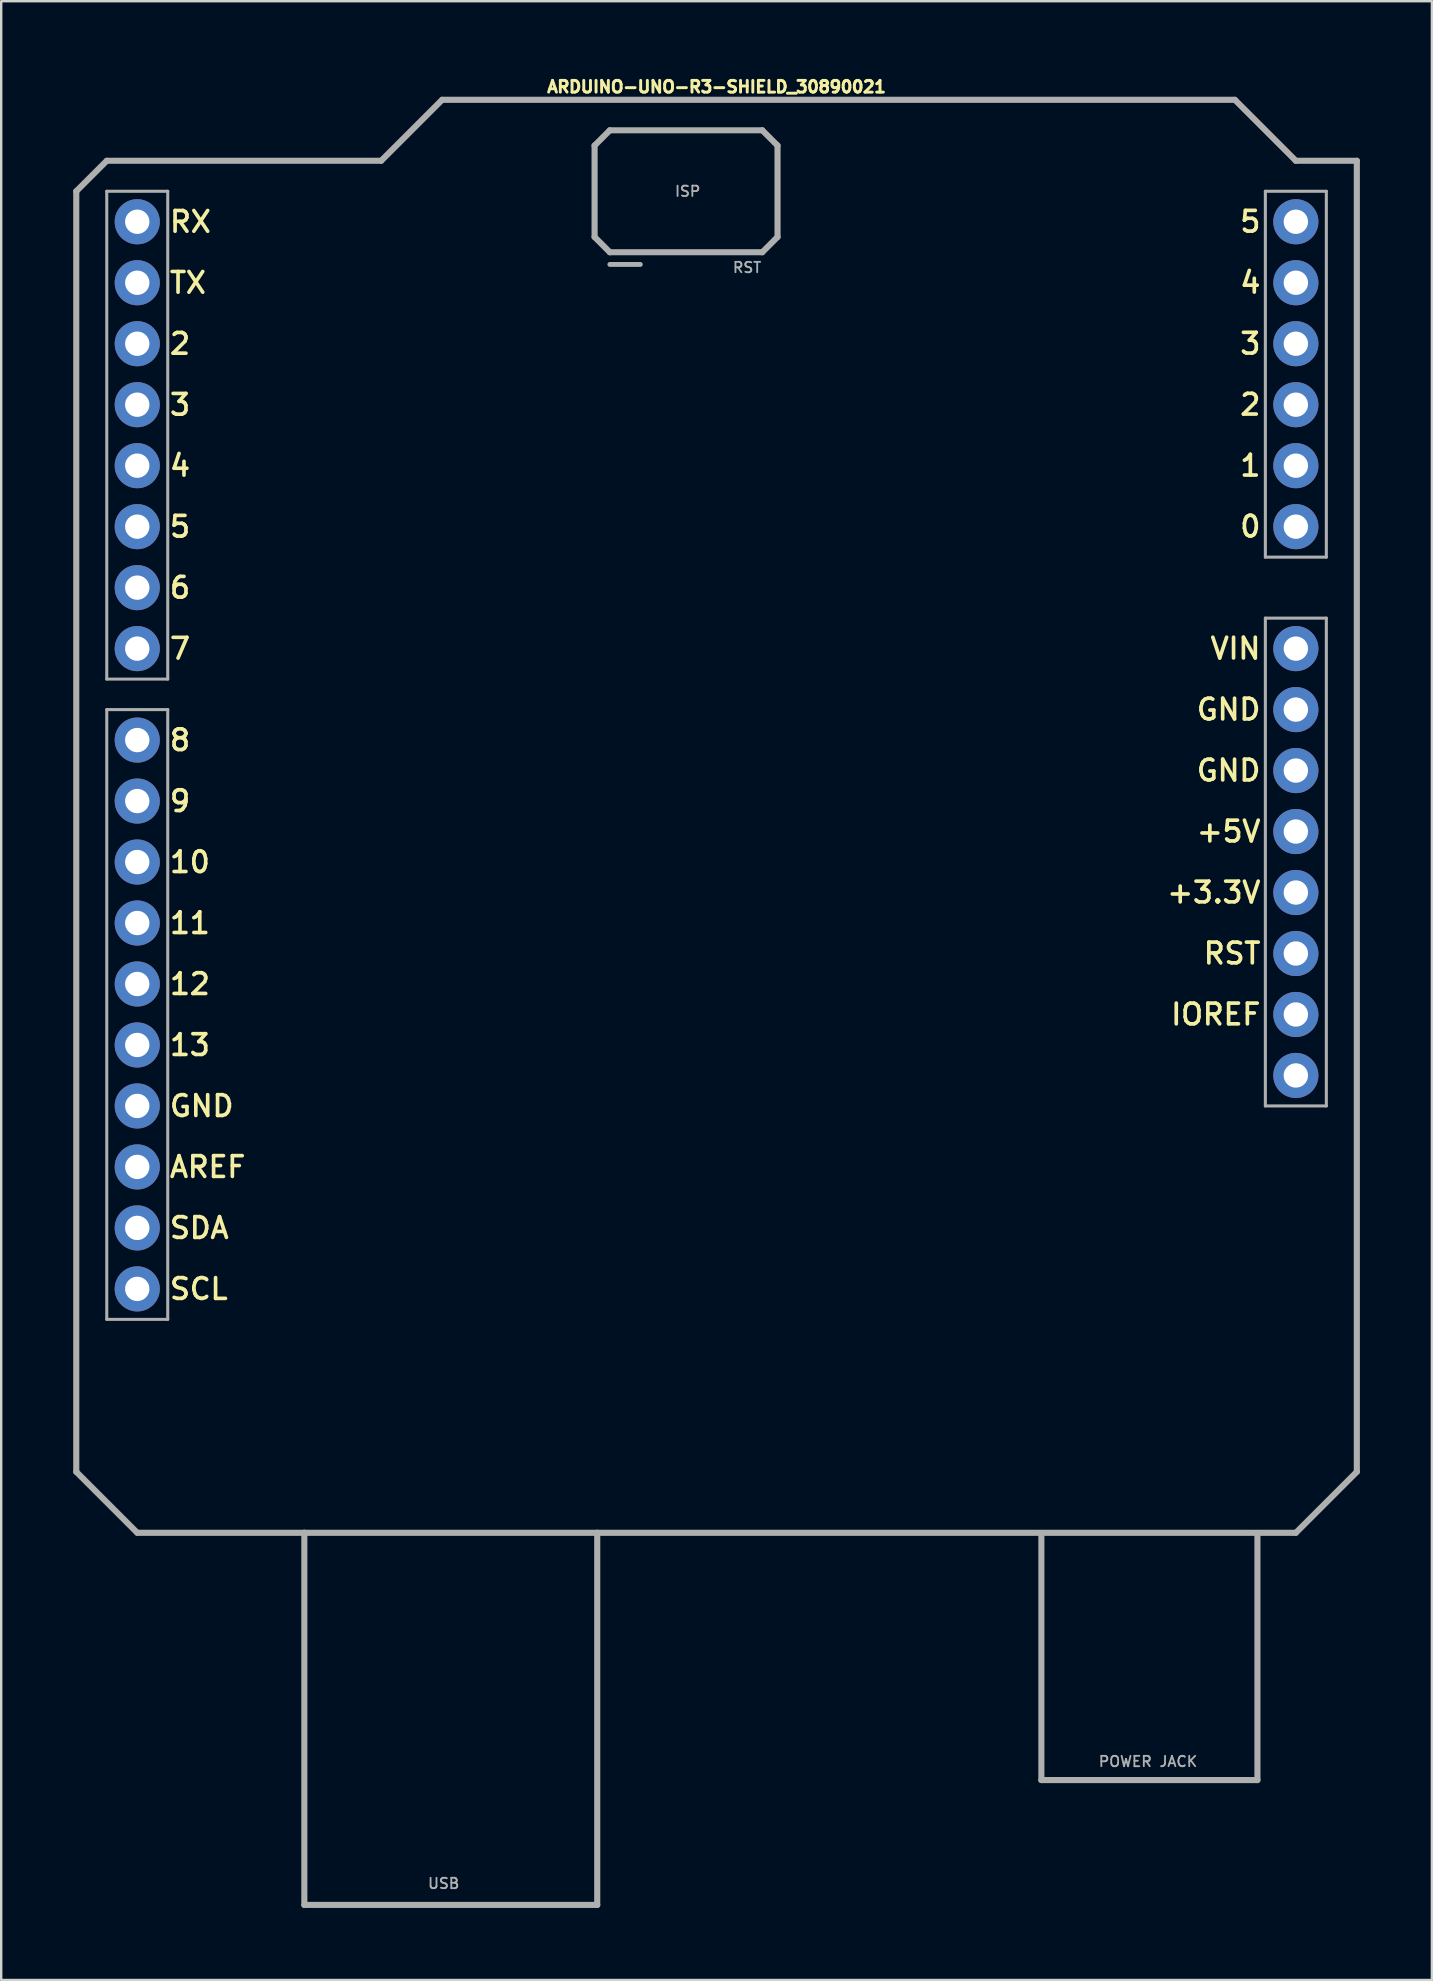
<source format=kicad_pcb>
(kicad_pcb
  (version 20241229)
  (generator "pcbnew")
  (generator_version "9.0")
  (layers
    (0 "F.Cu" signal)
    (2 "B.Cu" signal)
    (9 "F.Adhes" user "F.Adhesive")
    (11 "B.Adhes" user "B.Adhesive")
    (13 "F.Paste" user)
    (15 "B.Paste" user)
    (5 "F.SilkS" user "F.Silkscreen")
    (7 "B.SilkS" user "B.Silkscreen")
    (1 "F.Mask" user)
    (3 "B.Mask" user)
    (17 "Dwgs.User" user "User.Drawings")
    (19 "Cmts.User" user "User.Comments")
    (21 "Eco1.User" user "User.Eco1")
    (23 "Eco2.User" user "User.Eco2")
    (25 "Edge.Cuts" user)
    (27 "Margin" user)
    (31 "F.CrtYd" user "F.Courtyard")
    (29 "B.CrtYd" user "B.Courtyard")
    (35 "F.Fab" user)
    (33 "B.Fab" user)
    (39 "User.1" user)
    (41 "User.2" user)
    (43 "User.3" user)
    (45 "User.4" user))
  (footprint "ARDUINO-UNO-R3-SHIELD_30890021"
    (layer "F.Cu")
    (at 26.797 31.587)
    (property "Reference" "ARDUINO-UNO-R3-SHIELD_30890021" (at 0 -30.734 0) (unlocked yes) (layer "F.SilkS") (effects (font (size 0.488 0.488) (thickness 0.122)) (justify bottom)))
    (fp_line (start -26.67 -26.67) (end -26.67 26.67) (stroke (width 0.254) (type solid)) (layer "F.Fab"))
    (fp_line (start -26.67 26.67) (end -24.13 29.21) (stroke (width 0.254) (type solid)) (layer "F.Fab"))
    (fp_line (start -25.4 -27.94) (end -26.67 -26.67) (stroke (width 0.254) (type solid)) (layer "F.Fab"))
    (fp_line (start -25.4 -26.67) (end -22.86 -26.67) (stroke (width 0.127) (type solid)) (layer "F.Fab"))
    (fp_line (start -25.4 -6.35) (end -25.4 -26.67) (stroke (width 0.127) (type solid)) (layer "F.Fab"))
    (fp_line (start -25.4 -5.08) (end -22.86 -5.08) (stroke (width 0.127) (type solid)) (layer "F.Fab"))
    (fp_line (start -25.4 20.32) (end -25.4 -5.08) (stroke (width 0.127) (type solid)) (layer "F.Fab"))
    (fp_line (start -24.13 29.21) (end -17.17 29.21) (stroke (width 0.254) (type solid)) (layer "F.Fab"))
    (fp_line (start -22.86 -26.67) (end -22.86 -6.35) (stroke (width 0.127) (type solid)) (layer "F.Fab"))
    (fp_line (start -22.86 -6.35) (end -25.4 -6.35) (stroke (width 0.127) (type solid)) (layer "F.Fab"))
    (fp_line (start -22.86 -5.08) (end -22.86 20.32) (stroke (width 0.127) (type solid)) (layer "F.Fab"))
    (fp_line (start -22.86 20.32) (end -25.4 20.32) (stroke (width 0.127) (type solid)) (layer "F.Fab"))
    (fp_line (start -17.17 29.21) (end -4.97 29.21) (stroke (width 0.254) (type solid)) (layer "F.Fab"))
    (fp_line (start -17.17 44.71) (end -17.17 29.21) (stroke (width 0.254) (type solid)) (layer "F.Fab"))
    (fp_line (start -17.17 44.71) (end -4.97 44.71) (stroke (width 0.254) (type solid)) (layer "F.Fab"))
    (fp_line (start -13.97 -27.94) (end -25.4 -27.94) (stroke (width 0.254) (type solid)) (layer "F.Fab"))
    (fp_line (start -11.43 -30.48) (end -13.97 -27.94) (stroke (width 0.254) (type solid)) (layer "F.Fab"))
    (fp_line (start -5.08 -28.575) (end -4.445 -29.21) (stroke (width 0.254) (type solid)) (layer "F.Fab"))
    (fp_line (start -5.08 -24.765) (end -5.08 -28.575) (stroke (width 0.254) (type solid)) (layer "F.Fab"))
    (fp_line (start -4.97 29.21) (end 24.13 29.21) (stroke (width 0.254) (type solid)) (layer "F.Fab"))
    (fp_line (start -4.97 44.71) (end -4.97 29.21) (stroke (width 0.254) (type solid)) (layer "F.Fab"))
    (fp_line (start -4.445 -29.21) (end 1.905 -29.21) (stroke (width 0.254) (type solid)) (layer "F.Fab"))
    (fp_line (start -4.445 -24.13) (end -5.08 -24.765) (stroke (width 0.254) (type solid)) (layer "F.Fab"))
    (fp_line (start -3.175 -23.622) (end -4.445 -23.622) (stroke (width 0.203) (type solid)) (layer "F.Fab"))
    (fp_line (start 1.905 -29.21) (end 2.54 -28.575) (stroke (width 0.254) (type solid)) (layer "F.Fab"))
    (fp_line (start 1.905 -24.13) (end -4.445 -24.13) (stroke (width 0.254) (type solid)) (layer "F.Fab"))
    (fp_line (start 2.54 -28.575) (end 2.54 -24.765) (stroke (width 0.254) (type solid)) (layer "F.Fab"))
    (fp_line (start 2.54 -24.765) (end 1.905 -24.13) (stroke (width 0.254) (type solid)) (layer "F.Fab"))
    (fp_line (start 13.53 39.51) (end 13.53 29.31) (stroke (width 0.254) (type solid)) (layer "F.Fab"))
    (fp_line (start 13.53 39.51) (end 22.53 39.51) (stroke (width 0.254) (type solid)) (layer "F.Fab"))
    (fp_line (start 21.59 -30.48) (end -11.43 -30.48) (stroke (width 0.254) (type solid)) (layer "F.Fab"))
    (fp_line (start 22.53 39.51) (end 22.53 29.31) (stroke (width 0.254) (type solid)) (layer "F.Fab"))
    (fp_line (start 22.86 -26.67) (end 25.4 -26.67) (stroke (width 0.127) (type solid)) (layer "F.Fab"))
    (fp_line (start 22.86 -11.43) (end 22.86 -26.67) (stroke (width 0.127) (type solid)) (layer "F.Fab"))
    (fp_line (start 22.86 -8.89) (end 22.86 11.43) (stroke (width 0.127) (type solid)) (layer "F.Fab"))
    (fp_line (start 22.86 11.43) (end 25.4 11.43) (stroke (width 0.127) (type solid)) (layer "F.Fab"))
    (fp_line (start 24.13 -27.94) (end 21.59 -30.48) (stroke (width 0.254) (type solid)) (layer "F.Fab"))
    (fp_line (start 24.13 29.21) (end 26.67 26.67) (stroke (width 0.254) (type solid)) (layer "F.Fab"))
    (fp_line (start 25.4 -26.67) (end 25.4 -11.43) (stroke (width 0.127) (type solid)) (layer "F.Fab"))
    (fp_line (start 25.4 -11.43) (end 22.86 -11.43) (stroke (width 0.127) (type solid)) (layer "F.Fab"))
    (fp_line (start 25.4 -8.89) (end 22.86 -8.89) (stroke (width 0.127) (type solid)) (layer "F.Fab"))
    (fp_line (start 25.4 11.43) (end 25.4 -8.89) (stroke (width 0.127) (type solid)) (layer "F.Fab"))
    (fp_line (start 26.67 -27.94) (end 24.13 -27.94) (stroke (width 0.254) (type solid)) (layer "F.Fab"))
    (fp_line (start 26.67 26.67) (end 26.67 -27.94) (stroke (width 0.254) (type solid)) (layer "F.Fab"))
    (fp_text user "RST" (at 22.746 4.572 0) (unlocked yes) (layer "F.SilkS") (effects (font (size 0.864 0.864) (thickness 0.152)) (justify right top)))
    (fp_text user "11" (at -22.86 4.318 0) (unlocked yes) (layer "F.SilkS") (effects (font (size 0.864 0.864) (thickness 0.152)) (justify left bottom)))
    (fp_text user "13" (at -22.86 9.398 0) (unlocked yes) (layer "F.SilkS") (effects (font (size 0.864 0.864) (thickness 0.152)) (justify left bottom)))
    (fp_text user "2" (at 22.746 -18.288 0) (unlocked yes) (layer "F.SilkS") (effects (font (size 0.864 0.864) (thickness 0.152)) (justify right top)))
    (fp_text user "VIN" (at 22.746 -8.128 0) (unlocked yes) (layer "F.SilkS") (effects (font (size 0.864 0.864) (thickness 0.152)) (justify right top)))
    (fp_text user "SDA" (at -22.86 17.018 0) (unlocked yes) (layer "F.SilkS") (effects (font (size 0.864 0.864) (thickness 0.152)) (justify left bottom)))
    (fp_text user "0" (at 22.746 -13.208 0) (unlocked yes) (layer "F.SilkS") (effects (font (size 0.864 0.864) (thickness 0.152)) (justify right top)))
    (fp_text user "6" (at -22.86 -9.652 0) (unlocked yes) (layer "F.SilkS") (effects (font (size 0.864 0.864) (thickness 0.152)) (justify left bottom)))
    (fp_text user "8" (at -22.86 -3.302 0) (unlocked yes) (layer "F.SilkS") (effects (font (size 0.864 0.864) (thickness 0.152)) (justify left bottom)))
    (fp_text user "SCL" (at -22.86 19.558 0) (unlocked yes) (layer "F.SilkS") (effects (font (size 0.864 0.864) (thickness 0.152)) (justify left bottom)))
    (fp_text user "GND" (at 22.746 -5.588 0) (unlocked yes) (layer "F.SilkS") (effects (font (size 0.864 0.864) (thickness 0.152)) (justify right top)))
    (fp_text user "2" (at -22.86 -19.812 0) (unlocked yes) (layer "F.SilkS") (effects (font (size 0.864 0.864) (thickness 0.152)) (justify left bottom)))
    (fp_text user "AREF" (at -22.86 14.478 0) (unlocked yes) (layer "F.SilkS") (effects (font (size 0.864 0.864) (thickness 0.152)) (justify left bottom)))
    (fp_text user "5" (at 22.746 -25.908 0) (unlocked yes) (layer "F.SilkS") (effects (font (size 0.864 0.864) (thickness 0.152)) (justify right top)))
    (fp_text user "GND" (at 22.746 -3.048 0) (unlocked yes) (layer "F.SilkS") (effects (font (size 0.864 0.864) (thickness 0.152)) (justify right top)))
    (fp_text user "12" (at -22.86 6.858 0) (unlocked yes) (layer "F.SilkS") (effects (font (size 0.864 0.864) (thickness 0.152)) (justify left bottom)))
    (fp_text user "GND" (at -22.86 11.938 0) (unlocked yes) (layer "F.SilkS") (effects (font (size 0.864 0.864) (thickness 0.152)) (justify left bottom)))
    (fp_text user "1" (at 22.746 -15.748 0) (unlocked yes) (layer "F.SilkS") (effects (font (size 0.864 0.864) (thickness 0.152)) (justify right top)))
    (fp_text user "4" (at -22.86 -14.732 0) (unlocked yes) (layer "F.SilkS") (effects (font (size 0.864 0.864) (thickness 0.152)) (justify left bottom)))
    (fp_text user "7" (at -22.86 -7.112 0) (unlocked yes) (layer "F.SilkS") (effects (font (size 0.864 0.864) (thickness 0.152)) (justify left bottom)))
    (fp_text user "4" (at 22.746 -23.368 0) (unlocked yes) (layer "F.SilkS") (effects (font (size 0.864 0.864) (thickness 0.152)) (justify right top)))
    (fp_text user "10" (at -22.86 1.778 0) (unlocked yes) (layer "F.SilkS") (effects (font (size 0.864 0.864) (thickness 0.152)) (justify left bottom)))
    (fp_text user "+5V" (at 22.746 -0.508 0) (unlocked yes) (layer "F.SilkS") (effects (font (size 0.864 0.864) (thickness 0.152)) (justify right top)))
    (fp_text user "TX" (at -22.86 -22.352 0) (unlocked yes) (layer "F.SilkS") (effects (font (size 0.864 0.864) (thickness 0.152)) (justify left bottom)))
    (fp_text user "3" (at 22.746 -20.828 0) (unlocked yes) (layer "F.SilkS") (effects (font (size 0.864 0.864) (thickness 0.152)) (justify right top)))
    (fp_text user "9" (at -22.86 -0.762 0) (unlocked yes) (layer "F.SilkS") (effects (font (size 0.864 0.864) (thickness 0.152)) (justify left bottom)))
    (fp_text user "3" (at -22.86 -17.272 0) (unlocked yes) (layer "F.SilkS") (effects (font (size 0.864 0.864) (thickness 0.152)) (justify left bottom)))
    (fp_text user "+3.3V" (at 22.746 2.032 0) (unlocked yes) (layer "F.SilkS") (effects (font (size 0.864 0.864) (thickness 0.152)) (justify right top)))
    (fp_text user "IOREF" (at 22.746 7.112 0) (unlocked yes) (layer "F.SilkS") (effects (font (size 0.864 0.864) (thickness 0.152)) (justify right top)))
    (fp_text user "5" (at -22.86 -12.192 0) (unlocked yes) (layer "F.SilkS") (effects (font (size 0.864 0.864) (thickness 0.152)) (justify left bottom)))
    (fp_text user "RX" (at -22.86 -24.892 0) (unlocked yes) (layer "F.SilkS") (effects (font (size 0.864 0.864) (thickness 0.152)) (justify left bottom)))
    (fp_text user "USB" (at -12.065 44.069 0) (unlocked yes) (layer "F.Fab") (effects (font (size 0.432 0.432) (thickness 0.076)) (justify left bottom)))
    (fp_text user "RST" (at 0.635 -23.241 0) (unlocked yes) (layer "F.Fab") (effects (font (size 0.432 0.432) (thickness 0.076)) (justify left bottom)))
    (fp_text user "POWER JACK" (at 15.875 38.989 0) (unlocked yes) (layer "F.Fab") (effects (font (size 0.432 0.432) (thickness 0.076)) (justify left bottom)))
    (fp_text user "ISP" (at -1.778 -26.416 0) (unlocked yes) (layer "F.Fab") (effects (font (size 0.432 0.432) (thickness 0.076)) (justify left bottom)))
    (pad "3.3V" thru_hole circle (at 24.13 2.54 90) (size 1.88 1.88) (drill 1.016) (layers "*.Cu" "*.Mask"))
    (pad "5V" thru_hole circle (at 24.13 0 90) (size 1.88 1.88) (drill 1.016) (layers "*.Cu" "*.Mask"))
    (pad "A0" thru_hole circle (at 24.13 -12.7 90) (size 1.88 1.88) (drill 1.016) (layers "*.Cu" "*.Mask"))
    (pad "A1" thru_hole circle (at 24.13 -15.24 90) (size 1.88 1.88) (drill 1.016) (layers "*.Cu" "*.Mask"))
    (pad "A2" thru_hole circle (at 24.13 -17.78 90) (size 1.88 1.88) (drill 1.016) (layers "*.Cu" "*.Mask"))
    (pad "A3" thru_hole circle (at 24.13 -20.32 90) (size 1.88 1.88) (drill 1.016) (layers "*.Cu" "*.Mask"))
    (pad "A4" thru_hole circle (at 24.13 -22.86 90) (size 1.88 1.88) (drill 1.016) (layers "*.Cu" "*.Mask"))
    (pad "A5" thru_hole circle (at 24.13 -25.4 90) (size 1.88 1.88) (drill 1.016) (layers "*.Cu" "*.Mask"))
    (pad "AREF" thru_hole circle (at -24.13 13.97 90) (size 1.88 1.88) (drill 1.016) (layers "*.Cu" "*.Mask"))
    (pad "D2" thru_hole circle (at -24.13 -20.32 90) (size 1.88 1.88) (drill 1.016) (layers "*.Cu" "*.Mask"))
    (pad "D3" thru_hole circle (at -24.13 -17.78 90) (size 1.88 1.88) (drill 1.016) (layers "*.Cu" "*.Mask"))
    (pad "D4" thru_hole circle (at -24.13 -15.24 90) (size 1.88 1.88) (drill 1.016) (layers "*.Cu" "*.Mask"))
    (pad "D5" thru_hole circle (at -24.13 -12.7 90) (size 1.88 1.88) (drill 1.016) (layers "*.Cu" "*.Mask"))
    (pad "D6" thru_hole circle (at -24.13 -10.16 90) (size 1.88 1.88) (drill 1.016) (layers "*.Cu" "*.Mask"))
    (pad "D7" thru_hole circle (at -24.13 -7.62 90) (size 1.88 1.88) (drill 1.016) (layers "*.Cu" "*.Mask"))
    (pad "D8" thru_hole circle (at -24.13 -3.81 90) (size 1.88 1.88) (drill 1.016) (layers "*.Cu" "*.Mask"))
    (pad "D9" thru_hole circle (at -24.13 -1.27 90) (size 1.88 1.88) (drill 1.016) (layers "*.Cu" "*.Mask"))
    (pad "D10" thru_hole circle (at -24.13 1.27 90) (size 1.88 1.88) (drill 1.016) (layers "*.Cu" "*.Mask"))
    (pad "D11" thru_hole circle (at -24.13 3.81 90) (size 1.88 1.88) (drill 1.016) (layers "*.Cu" "*.Mask"))
    (pad "D12" thru_hole circle (at -24.13 6.35 90) (size 1.88 1.88) (drill 1.016) (layers "*.Cu" "*.Mask"))
    (pad "D13" thru_hole circle (at -24.13 8.89 90) (size 1.88 1.88) (drill 1.016) (layers "*.Cu" "*.Mask"))
    (pad "GND@0" thru_hole circle (at 24.13 -2.54 90) (size 1.88 1.88) (drill 1.016) (layers "*.Cu" "*.Mask"))
    (pad "GND@1" thru_hole circle (at 24.13 -5.08 90) (size 1.88 1.88) (drill 1.016) (layers "*.Cu" "*.Mask"))
    (pad "GND@2" thru_hole circle (at -24.13 11.43 90) (size 1.88 1.88) (drill 1.016) (layers "*.Cu" "*.Mask"))
    (pad "IOREF" thru_hole circle (at 24.13 7.62 90) (size 1.88 1.88) (drill 1.016) (layers "*.Cu" "*.Mask"))
    (pad "NC" thru_hole circle (at 24.13 10.16 90) (size 1.88 1.88) (drill 1.016) (layers "*.Cu" "*.Mask"))
    (pad "RES" thru_hole circle (at 24.13 5.08 90) (size 1.88 1.88) (drill 1.016) (layers "*.Cu" "*.Mask"))
    (pad "RX" thru_hole circle (at -24.13 -25.4 90) (size 1.88 1.88) (drill 1.016) (layers "*.Cu" "*.Mask"))
    (pad "SCL" thru_hole circle (at -24.13 19.05 90) (size 1.88 1.88) (drill 1.016) (layers "*.Cu" "*.Mask"))
    (pad "SDA" thru_hole circle (at -24.13 16.51 90) (size 1.88 1.88) (drill 1.016) (layers "*.Cu" "*.Mask"))
    (pad "TX" thru_hole circle (at -24.13 -22.86 90) (size 1.88 1.88) (drill 1.016) (layers "*.Cu" "*.Mask"))
    (pad "VIN" thru_hole circle (at 24.13 -7.62 90) (size 1.88 1.88) (drill 1.016) (layers "*.Cu" "*.Mask")))
  (gr_rect
    (start -3 -3)
    (end 56.594 79.424)
    (stroke (width 0.1) (type default))
    (fill no)
    (layer "Edge.Cuts")))
</source>
